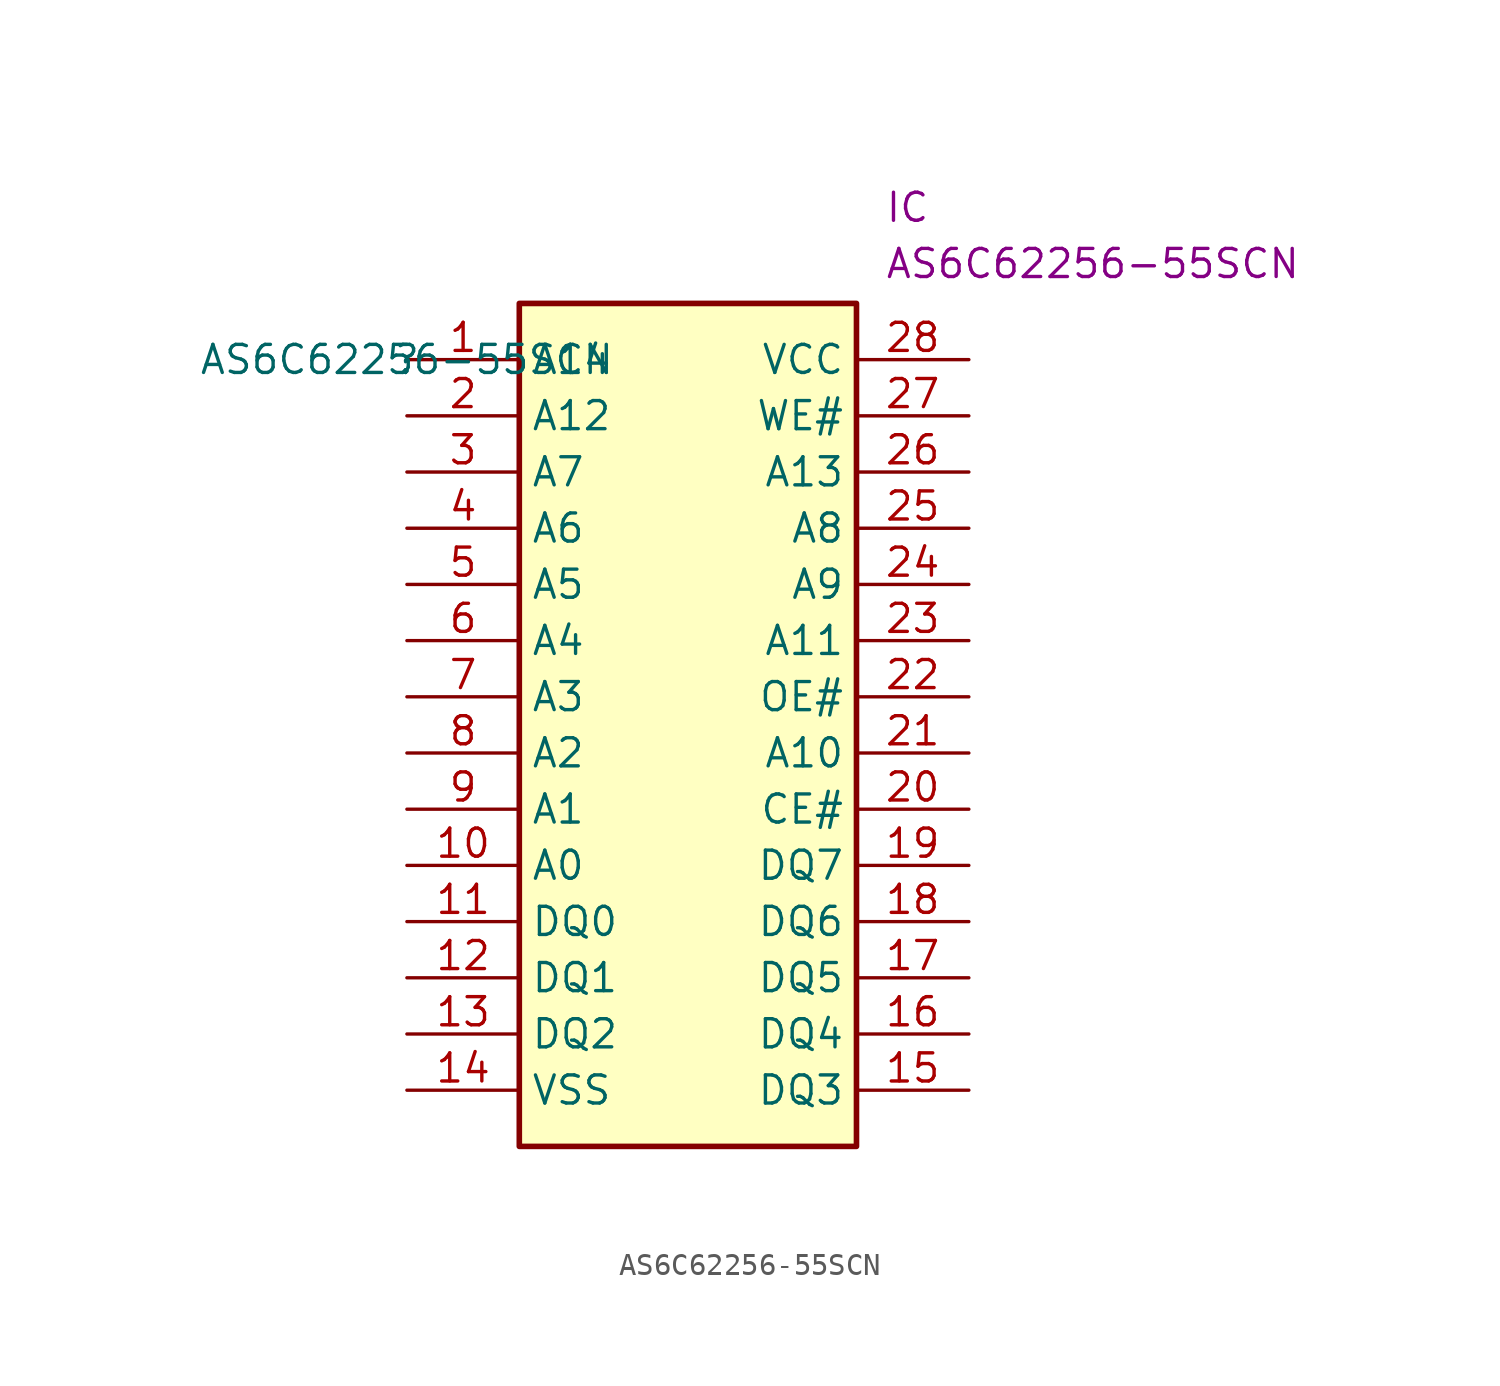
<source format=kicad_sym>
(kicad_symbol_lib
  (version 20211014)
  (generator kicad_symbol_editor)
  (symbol "AS6C62256-55SCN"
    (property "Reference" ""
      (at 0 0 0)
      (effects (font (size 1.27 1.27))))
    (property "Value" "AS6C62256-55SCN"
      (at 0 0 0)
      (effects (font (size 1.27 1.27))))
    (property "Reference_1" "IC"
      (at 21.59 7.62 0)
      (effects (font (size 1.27 1.27)) (justify left top)))
    (property "Value_1" "AS6C62256-55SCN"
      (at 21.59 5.08 0)
      (effects (font (size 1.27 1.27)) (justify left top)))
    (symbol "AS6C62256-55SCN_1_1"
      (rectangle (start 5.08 2.54) (end 20.32 -35.56) (stroke (width 0.254) (type default) (color 0 0 0 0)) (fill (type background)))
      (pin passive line (at 0 0 0) (length 5.08) (name "A14" (effects (font (size 1.27 1.27)))) (number "1" (effects (font (size 1.27 1.27)))))
      (pin passive line (at 0 -22.86 0) (length 5.08) (name "A0" (effects (font (size 1.27 1.27)))) (number "10" (effects (font (size 1.27 1.27)))))
      (pin passive line (at 0 -25.4 0) (length 5.08) (name "DQ0" (effects (font (size 1.27 1.27)))) (number "11" (effects (font (size 1.27 1.27)))))
      (pin passive line (at 0 -27.94 0) (length 5.08) (name "DQ1" (effects (font (size 1.27 1.27)))) (number "12" (effects (font (size 1.27 1.27)))))
      (pin passive line (at 0 -30.48 0) (length 5.08) (name "DQ2" (effects (font (size 1.27 1.27)))) (number "13" (effects (font (size 1.27 1.27)))))
      (pin passive line (at 0 -33.02 0) (length 5.08) (name "VSS" (effects (font (size 1.27 1.27)))) (number "14" (effects (font (size 1.27 1.27)))))
      (pin passive line (at 25.4 -33.02 180) (length 5.08) (name "DQ3" (effects (font (size 1.27 1.27)))) (number "15" (effects (font (size 1.27 1.27)))))
      (pin passive line (at 25.4 -30.48 180) (length 5.08) (name "DQ4" (effects (font (size 1.27 1.27)))) (number "16" (effects (font (size 1.27 1.27)))))
      (pin passive line (at 25.4 -27.94 180) (length 5.08) (name "DQ5" (effects (font (size 1.27 1.27)))) (number "17" (effects (font (size 1.27 1.27)))))
      (pin passive line (at 25.4 -25.4 180) (length 5.08) (name "DQ6" (effects (font (size 1.27 1.27)))) (number "18" (effects (font (size 1.27 1.27)))))
      (pin passive line (at 25.4 -22.86 180) (length 5.08) (name "DQ7" (effects (font (size 1.27 1.27)))) (number "19" (effects (font (size 1.27 1.27)))))
      (pin passive line (at 0 -2.54 0) (length 5.08) (name "A12" (effects (font (size 1.27 1.27)))) (number "2" (effects (font (size 1.27 1.27)))))
      (pin passive line (at 25.4 -20.32 180) (length 5.08) (name "CE#" (effects (font (size 1.27 1.27)))) (number "20" (effects (font (size 1.27 1.27)))))
      (pin passive line (at 25.4 -17.78 180) (length 5.08) (name "A10" (effects (font (size 1.27 1.27)))) (number "21" (effects (font (size 1.27 1.27)))))
      (pin passive line (at 25.4 -15.24 180) (length 5.08) (name "OE#" (effects (font (size 1.27 1.27)))) (number "22" (effects (font (size 1.27 1.27)))))
      (pin passive line (at 25.4 -12.7 180) (length 5.08) (name "A11" (effects (font (size 1.27 1.27)))) (number "23" (effects (font (size 1.27 1.27)))))
      (pin passive line (at 25.4 -10.16 180) (length 5.08) (name "A9" (effects (font (size 1.27 1.27)))) (number "24" (effects (font (size 1.27 1.27)))))
      (pin passive line (at 25.4 -7.62 180) (length 5.08) (name "A8" (effects (font (size 1.27 1.27)))) (number "25" (effects (font (size 1.27 1.27)))))
      (pin passive line (at 25.4 -5.08 180) (length 5.08) (name "A13" (effects (font (size 1.27 1.27)))) (number "26" (effects (font (size 1.27 1.27)))))
      (pin passive line (at 25.4 -2.54 180) (length 5.08) (name "WE#" (effects (font (size 1.27 1.27)))) (number "27" (effects (font (size 1.27 1.27)))))
      (pin passive line (at 25.4 0 180) (length 5.08) (name "VCC" (effects (font (size 1.27 1.27)))) (number "28" (effects (font (size 1.27 1.27)))))
      (pin passive line (at 0 -5.08 0) (length 5.08) (name "A7" (effects (font (size 1.27 1.27)))) (number "3" (effects (font (size 1.27 1.27)))))
      (pin passive line (at 0 -7.62 0) (length 5.08) (name "A6" (effects (font (size 1.27 1.27)))) (number "4" (effects (font (size 1.27 1.27)))))
      (pin passive line (at 0 -10.16 0) (length 5.08) (name "A5" (effects (font (size 1.27 1.27)))) (number "5" (effects (font (size 1.27 1.27)))))
      (pin passive line (at 0 -12.7 0) (length 5.08) (name "A4" (effects (font (size 1.27 1.27)))) (number "6" (effects (font (size 1.27 1.27)))))
      (pin passive line (at 0 -15.24 0) (length 5.08) (name "A3" (effects (font (size 1.27 1.27)))) (number "7" (effects (font (size 1.27 1.27)))))
      (pin passive line (at 0 -17.78 0) (length 5.08) (name "A2" (effects (font (size 1.27 1.27)))) (number "8" (effects (font (size 1.27 1.27)))))
      (pin passive line (at 0 -20.32 0) (length 5.08) (name "A1" (effects (font (size 1.27 1.27)))) (number "9" (effects (font (size 1.27 1.27))))))))
</source>
